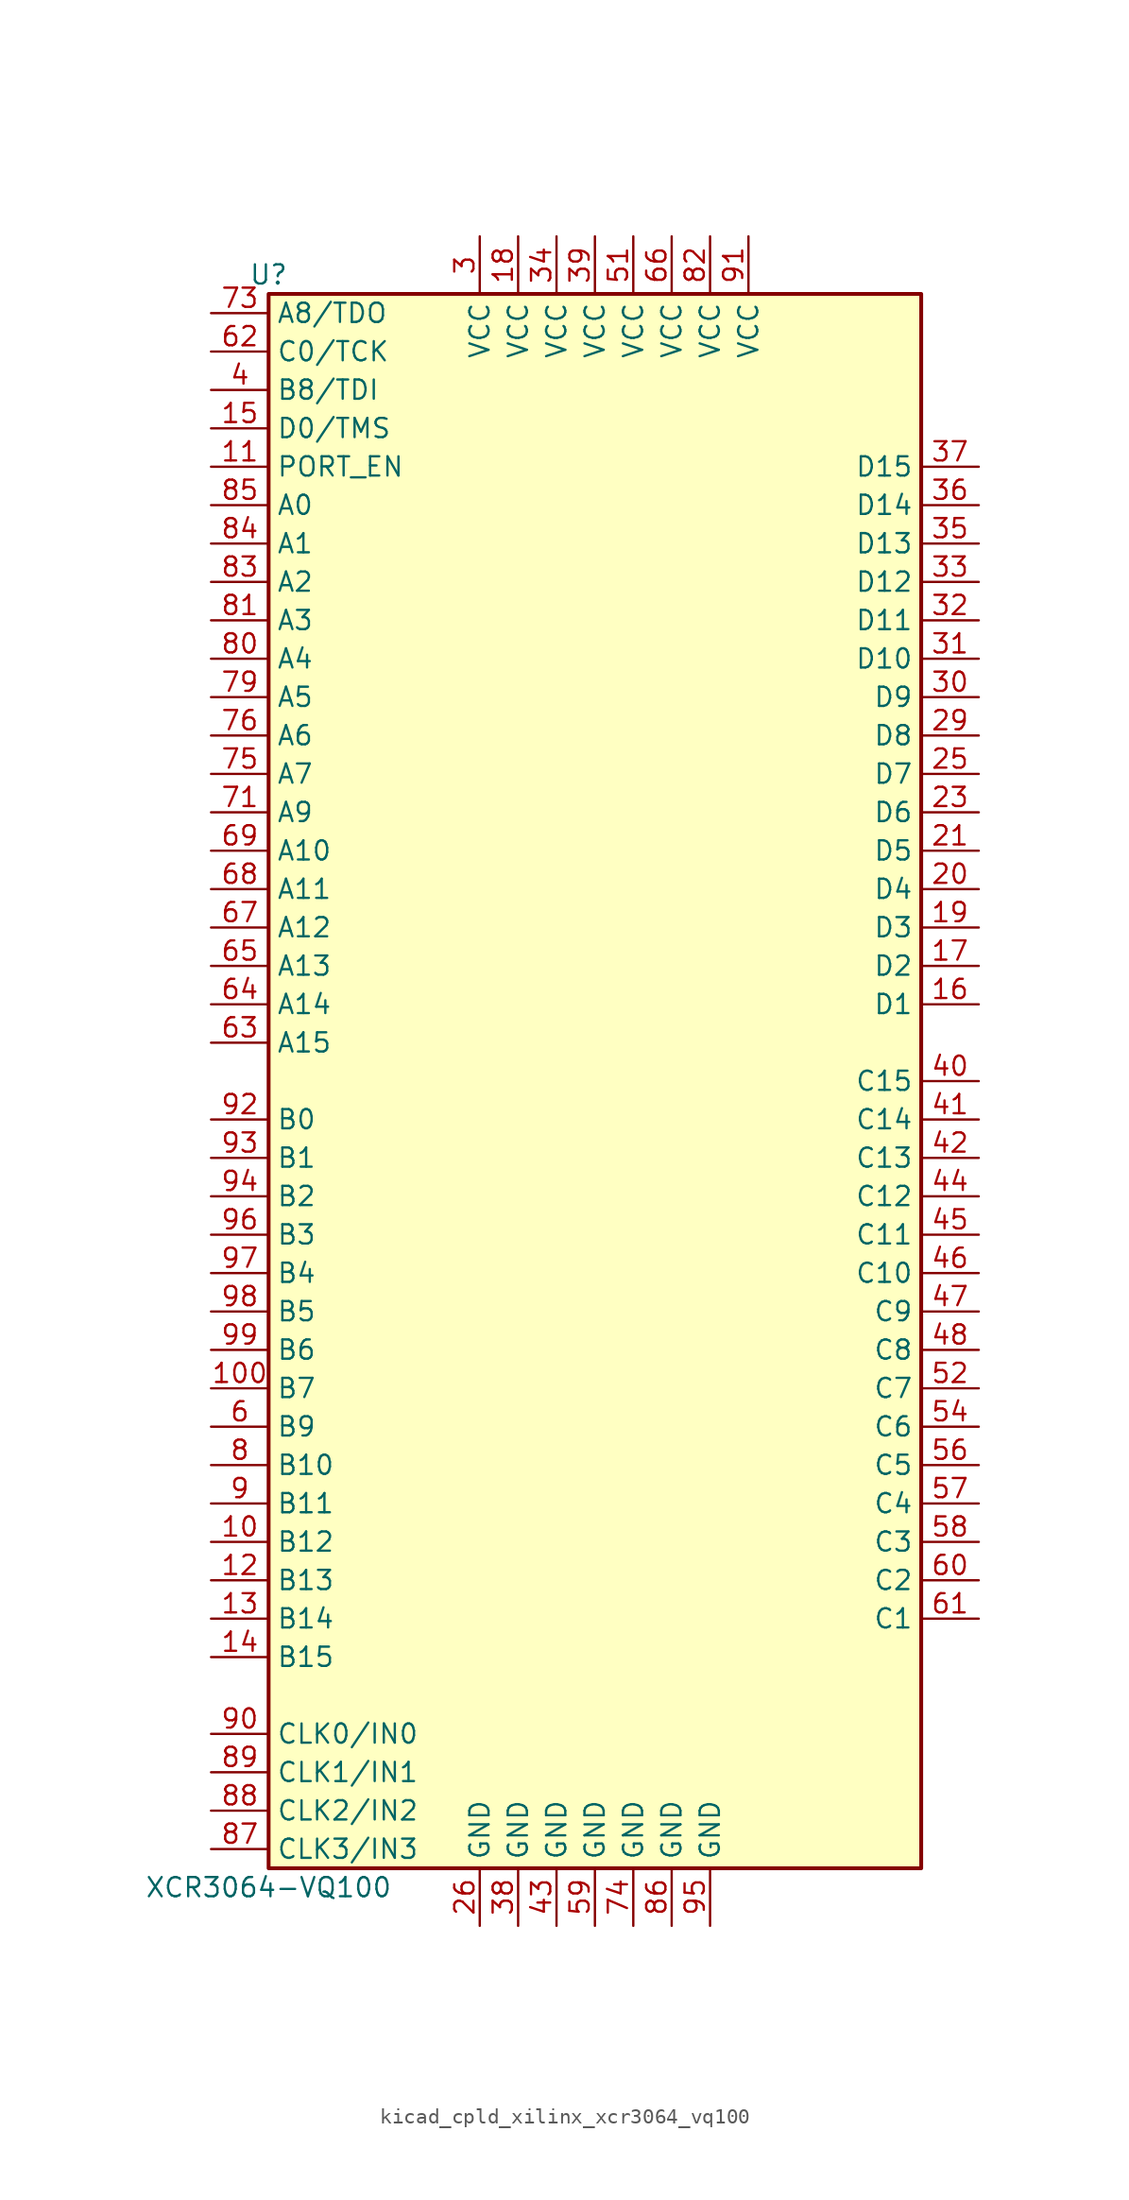
<source format=kicad_sym>
(kicad_symbol_lib
  (version 20220914)
  (generator kicad_symbol_editor)
  (symbol "kicad_cpld_xilinx_xcr3064_vq100"
    (property "Reference" "U"
      (at -21.59 53.34 0)
      (effects (font (size 1.27 1.27))))
    (property "Value" "XCR3064-VQ100"
      (at -21.59 -53.34 0)
      (effects (font (size 1.27 1.27))))
    (symbol "kicad_cpld_xilinx_xcr3064_vq100_1_1"
      (rectangle (start -21.59 52.07) (end 21.59 -52.07) (stroke (width 0.254) (type default)) (fill (type background)))
      (pin passive line (at -25.4 -30.48 0) (length 3.81) (name "B12" (effects (font (size 1.27 1.27)))) (number "10" (effects (font (size 1.27 1.27)))))
      (pin passive line (at -25.4 -20.32 0) (length 3.81) (name "B7" (effects (font (size 1.27 1.27)))) (number "100" (effects (font (size 1.27 1.27)))))
      (pin passive line (at -25.4 40.64 0) (length 3.81) (name "PORT_EN" (effects (font (size 1.27 1.27)))) (number "11" (effects (font (size 1.27 1.27)))))
      (pin passive line (at -25.4 -33.02 0) (length 3.81) (name "B13" (effects (font (size 1.27 1.27)))) (number "12" (effects (font (size 1.27 1.27)))))
      (pin passive line (at -25.4 -35.56 0) (length 3.81) (name "B14" (effects (font (size 1.27 1.27)))) (number "13" (effects (font (size 1.27 1.27)))))
      (pin passive line (at -25.4 -38.1 0) (length 3.81) (name "B15" (effects (font (size 1.27 1.27)))) (number "14" (effects (font (size 1.27 1.27)))))
      (pin passive line (at -25.4 43.18 0) (length 3.81) (name "D0/TMS" (effects (font (size 1.27 1.27)))) (number "15" (effects (font (size 1.27 1.27)))))
      (pin passive line (at 25.4 5.08 180) (length 3.81) (name "D1" (effects (font (size 1.27 1.27)))) (number "16" (effects (font (size 1.27 1.27)))))
      (pin passive line (at 25.4 7.62 180) (length 3.81) (name "D2" (effects (font (size 1.27 1.27)))) (number "17" (effects (font (size 1.27 1.27)))))
      (pin power_in line (at -5.08 55.88 270) (length 3.81) (name "VCC" (effects (font (size 1.27 1.27)))) (number "18" (effects (font (size 1.27 1.27)))))
      (pin passive line (at 25.4 10.16 180) (length 3.81) (name "D3" (effects (font (size 1.27 1.27)))) (number "19" (effects (font (size 1.27 1.27)))))
      (pin passive line (at 25.4 12.7 180) (length 3.81) (name "D4" (effects (font (size 1.27 1.27)))) (number "20" (effects (font (size 1.27 1.27)))))
      (pin passive line (at 25.4 15.24 180) (length 3.81) (name "D5" (effects (font (size 1.27 1.27)))) (number "21" (effects (font (size 1.27 1.27)))))
      (pin passive line (at 25.4 17.78 180) (length 3.81) (name "D6" (effects (font (size 1.27 1.27)))) (number "23" (effects (font (size 1.27 1.27)))))
      (pin passive line (at 25.4 20.32 180) (length 3.81) (name "D7" (effects (font (size 1.27 1.27)))) (number "25" (effects (font (size 1.27 1.27)))))
      (pin power_in line (at -7.62 -55.88 90) (length 3.81) (name "GND" (effects (font (size 1.27 1.27)))) (number "26" (effects (font (size 1.27 1.27)))))
      (pin passive line (at 25.4 22.86 180) (length 3.81) (name "D8" (effects (font (size 1.27 1.27)))) (number "29" (effects (font (size 1.27 1.27)))))
      (pin power_in line (at -7.62 55.88 270) (length 3.81) (name "VCC" (effects (font (size 1.27 1.27)))) (number "3" (effects (font (size 1.27 1.27)))))
      (pin passive line (at 25.4 25.4 180) (length 3.81) (name "D9" (effects (font (size 1.27 1.27)))) (number "30" (effects (font (size 1.27 1.27)))))
      (pin passive line (at 25.4 27.94 180) (length 3.81) (name "D10" (effects (font (size 1.27 1.27)))) (number "31" (effects (font (size 1.27 1.27)))))
      (pin passive line (at 25.4 30.48 180) (length 3.81) (name "D11" (effects (font (size 1.27 1.27)))) (number "32" (effects (font (size 1.27 1.27)))))
      (pin passive line (at 25.4 33.02 180) (length 3.81) (name "D12" (effects (font (size 1.27 1.27)))) (number "33" (effects (font (size 1.27 1.27)))))
      (pin power_in line (at -2.54 55.88 270) (length 3.81) (name "VCC" (effects (font (size 1.27 1.27)))) (number "34" (effects (font (size 1.27 1.27)))))
      (pin passive line (at 25.4 35.56 180) (length 3.81) (name "D13" (effects (font (size 1.27 1.27)))) (number "35" (effects (font (size 1.27 1.27)))))
      (pin passive line (at 25.4 38.1 180) (length 3.81) (name "D14" (effects (font (size 1.27 1.27)))) (number "36" (effects (font (size 1.27 1.27)))))
      (pin passive line (at 25.4 40.64 180) (length 3.81) (name "D15" (effects (font (size 1.27 1.27)))) (number "37" (effects (font (size 1.27 1.27)))))
      (pin power_in line (at -5.08 -55.88 90) (length 3.81) (name "GND" (effects (font (size 1.27 1.27)))) (number "38" (effects (font (size 1.27 1.27)))))
      (pin power_in line (at 0 55.88 270) (length 3.81) (name "VCC" (effects (font (size 1.27 1.27)))) (number "39" (effects (font (size 1.27 1.27)))))
      (pin passive line (at -25.4 45.72 0) (length 3.81) (name "B8/TDI" (effects (font (size 1.27 1.27)))) (number "4" (effects (font (size 1.27 1.27)))))
      (pin passive line (at 25.4 0 180) (length 3.81) (name "C15" (effects (font (size 1.27 1.27)))) (number "40" (effects (font (size 1.27 1.27)))))
      (pin passive line (at 25.4 -2.54 180) (length 3.81) (name "C14" (effects (font (size 1.27 1.27)))) (number "41" (effects (font (size 1.27 1.27)))))
      (pin passive line (at 25.4 -5.08 180) (length 3.81) (name "C13" (effects (font (size 1.27 1.27)))) (number "42" (effects (font (size 1.27 1.27)))))
      (pin power_in line (at -2.54 -55.88 90) (length 3.81) (name "GND" (effects (font (size 1.27 1.27)))) (number "43" (effects (font (size 1.27 1.27)))))
      (pin passive line (at 25.4 -7.62 180) (length 3.81) (name "C12" (effects (font (size 1.27 1.27)))) (number "44" (effects (font (size 1.27 1.27)))))
      (pin passive line (at 25.4 -10.16 180) (length 3.81) (name "C11" (effects (font (size 1.27 1.27)))) (number "45" (effects (font (size 1.27 1.27)))))
      (pin passive line (at 25.4 -12.7 180) (length 3.81) (name "C10" (effects (font (size 1.27 1.27)))) (number "46" (effects (font (size 1.27 1.27)))))
      (pin passive line (at 25.4 -15.24 180) (length 3.81) (name "C9" (effects (font (size 1.27 1.27)))) (number "47" (effects (font (size 1.27 1.27)))))
      (pin passive line (at 25.4 -17.78 180) (length 3.81) (name "C8" (effects (font (size 1.27 1.27)))) (number "48" (effects (font (size 1.27 1.27)))))
      (pin power_in line (at 2.54 55.88 270) (length 3.81) (name "VCC" (effects (font (size 1.27 1.27)))) (number "51" (effects (font (size 1.27 1.27)))))
      (pin passive line (at 25.4 -20.32 180) (length 3.81) (name "C7" (effects (font (size 1.27 1.27)))) (number "52" (effects (font (size 1.27 1.27)))))
      (pin passive line (at 25.4 -22.86 180) (length 3.81) (name "C6" (effects (font (size 1.27 1.27)))) (number "54" (effects (font (size 1.27 1.27)))))
      (pin passive line (at 25.4 -25.4 180) (length 3.81) (name "C5" (effects (font (size 1.27 1.27)))) (number "56" (effects (font (size 1.27 1.27)))))
      (pin passive line (at 25.4 -27.94 180) (length 3.81) (name "C4" (effects (font (size 1.27 1.27)))) (number "57" (effects (font (size 1.27 1.27)))))
      (pin passive line (at 25.4 -30.48 180) (length 3.81) (name "C3" (effects (font (size 1.27 1.27)))) (number "58" (effects (font (size 1.27 1.27)))))
      (pin power_in line (at 0 -55.88 90) (length 3.81) (name "GND" (effects (font (size 1.27 1.27)))) (number "59" (effects (font (size 1.27 1.27)))))
      (pin passive line (at -25.4 -22.86 0) (length 3.81) (name "B9" (effects (font (size 1.27 1.27)))) (number "6" (effects (font (size 1.27 1.27)))))
      (pin passive line (at 25.4 -33.02 180) (length 3.81) (name "C2" (effects (font (size 1.27 1.27)))) (number "60" (effects (font (size 1.27 1.27)))))
      (pin passive line (at 25.4 -35.56 180) (length 3.81) (name "C1" (effects (font (size 1.27 1.27)))) (number "61" (effects (font (size 1.27 1.27)))))
      (pin passive line (at -25.4 48.26 0) (length 3.81) (name "C0/TCK" (effects (font (size 1.27 1.27)))) (number "62" (effects (font (size 1.27 1.27)))))
      (pin passive line (at -25.4 2.54 0) (length 3.81) (name "A15" (effects (font (size 1.27 1.27)))) (number "63" (effects (font (size 1.27 1.27)))))
      (pin passive line (at -25.4 5.08 0) (length 3.81) (name "A14" (effects (font (size 1.27 1.27)))) (number "64" (effects (font (size 1.27 1.27)))))
      (pin passive line (at -25.4 7.62 0) (length 3.81) (name "A13" (effects (font (size 1.27 1.27)))) (number "65" (effects (font (size 1.27 1.27)))))
      (pin power_in line (at 5.08 55.88 270) (length 3.81) (name "VCC" (effects (font (size 1.27 1.27)))) (number "66" (effects (font (size 1.27 1.27)))))
      (pin passive line (at -25.4 10.16 0) (length 3.81) (name "A12" (effects (font (size 1.27 1.27)))) (number "67" (effects (font (size 1.27 1.27)))))
      (pin passive line (at -25.4 12.7 0) (length 3.81) (name "A11" (effects (font (size 1.27 1.27)))) (number "68" (effects (font (size 1.27 1.27)))))
      (pin passive line (at -25.4 15.24 0) (length 3.81) (name "A10" (effects (font (size 1.27 1.27)))) (number "69" (effects (font (size 1.27 1.27)))))
      (pin passive line (at -25.4 17.78 0) (length 3.81) (name "A9" (effects (font (size 1.27 1.27)))) (number "71" (effects (font (size 1.27 1.27)))))
      (pin passive line (at -25.4 50.8 0) (length 3.81) (name "A8/TDO" (effects (font (size 1.27 1.27)))) (number "73" (effects (font (size 1.27 1.27)))))
      (pin power_in line (at 2.54 -55.88 90) (length 3.81) (name "GND" (effects (font (size 1.27 1.27)))) (number "74" (effects (font (size 1.27 1.27)))))
      (pin passive line (at -25.4 20.32 0) (length 3.81) (name "A7" (effects (font (size 1.27 1.27)))) (number "75" (effects (font (size 1.27 1.27)))))
      (pin passive line (at -25.4 22.86 0) (length 3.81) (name "A6" (effects (font (size 1.27 1.27)))) (number "76" (effects (font (size 1.27 1.27)))))
      (pin passive line (at -25.4 25.4 0) (length 3.81) (name "A5" (effects (font (size 1.27 1.27)))) (number "79" (effects (font (size 1.27 1.27)))))
      (pin passive line (at -25.4 -25.4 0) (length 3.81) (name "B10" (effects (font (size 1.27 1.27)))) (number "8" (effects (font (size 1.27 1.27)))))
      (pin passive line (at -25.4 27.94 0) (length 3.81) (name "A4" (effects (font (size 1.27 1.27)))) (number "80" (effects (font (size 1.27 1.27)))))
      (pin passive line (at -25.4 30.48 0) (length 3.81) (name "A3" (effects (font (size 1.27 1.27)))) (number "81" (effects (font (size 1.27 1.27)))))
      (pin power_in line (at 7.62 55.88 270) (length 3.81) (name "VCC" (effects (font (size 1.27 1.27)))) (number "82" (effects (font (size 1.27 1.27)))))
      (pin passive line (at -25.4 33.02 0) (length 3.81) (name "A2" (effects (font (size 1.27 1.27)))) (number "83" (effects (font (size 1.27 1.27)))))
      (pin passive line (at -25.4 35.56 0) (length 3.81) (name "A1" (effects (font (size 1.27 1.27)))) (number "84" (effects (font (size 1.27 1.27)))))
      (pin passive line (at -25.4 38.1 0) (length 3.81) (name "A0" (effects (font (size 1.27 1.27)))) (number "85" (effects (font (size 1.27 1.27)))))
      (pin power_in line (at 5.08 -55.88 90) (length 3.81) (name "GND" (effects (font (size 1.27 1.27)))) (number "86" (effects (font (size 1.27 1.27)))))
      (pin input line (at -25.4 -50.8 0) (length 3.81) (name "CLK3/IN3" (effects (font (size 1.27 1.27)))) (number "87" (effects (font (size 1.27 1.27)))))
      (pin input line (at -25.4 -48.26 0) (length 3.81) (name "CLK2/IN2" (effects (font (size 1.27 1.27)))) (number "88" (effects (font (size 1.27 1.27)))))
      (pin input line (at -25.4 -45.72 0) (length 3.81) (name "CLK1/IN1" (effects (font (size 1.27 1.27)))) (number "89" (effects (font (size 1.27 1.27)))))
      (pin passive line (at -25.4 -27.94 0) (length 3.81) (name "B11" (effects (font (size 1.27 1.27)))) (number "9" (effects (font (size 1.27 1.27)))))
      (pin input line (at -25.4 -43.18 0) (length 3.81) (name "CLK0/IN0" (effects (font (size 1.27 1.27)))) (number "90" (effects (font (size 1.27 1.27)))))
      (pin power_in line (at 10.16 55.88 270) (length 3.81) (name "VCC" (effects (font (size 1.27 1.27)))) (number "91" (effects (font (size 1.27 1.27)))))
      (pin passive line (at -25.4 -2.54 0) (length 3.81) (name "B0" (effects (font (size 1.27 1.27)))) (number "92" (effects (font (size 1.27 1.27)))))
      (pin passive line (at -25.4 -5.08 0) (length 3.81) (name "B1" (effects (font (size 1.27 1.27)))) (number "93" (effects (font (size 1.27 1.27)))))
      (pin passive line (at -25.4 -7.62 0) (length 3.81) (name "B2" (effects (font (size 1.27 1.27)))) (number "94" (effects (font (size 1.27 1.27)))))
      (pin power_in line (at 7.62 -55.88 90) (length 3.81) (name "GND" (effects (font (size 1.27 1.27)))) (number "95" (effects (font (size 1.27 1.27)))))
      (pin passive line (at -25.4 -10.16 0) (length 3.81) (name "B3" (effects (font (size 1.27 1.27)))) (number "96" (effects (font (size 1.27 1.27)))))
      (pin passive line (at -25.4 -12.7 0) (length 3.81) (name "B4" (effects (font (size 1.27 1.27)))) (number "97" (effects (font (size 1.27 1.27)))))
      (pin passive line (at -25.4 -15.24 0) (length 3.81) (name "B5" (effects (font (size 1.27 1.27)))) (number "98" (effects (font (size 1.27 1.27)))))
      (pin passive line (at -25.4 -17.78 0) (length 3.81) (name "B6" (effects (font (size 1.27 1.27)))) (number "99" (effects (font (size 1.27 1.27))))))))
</source>
